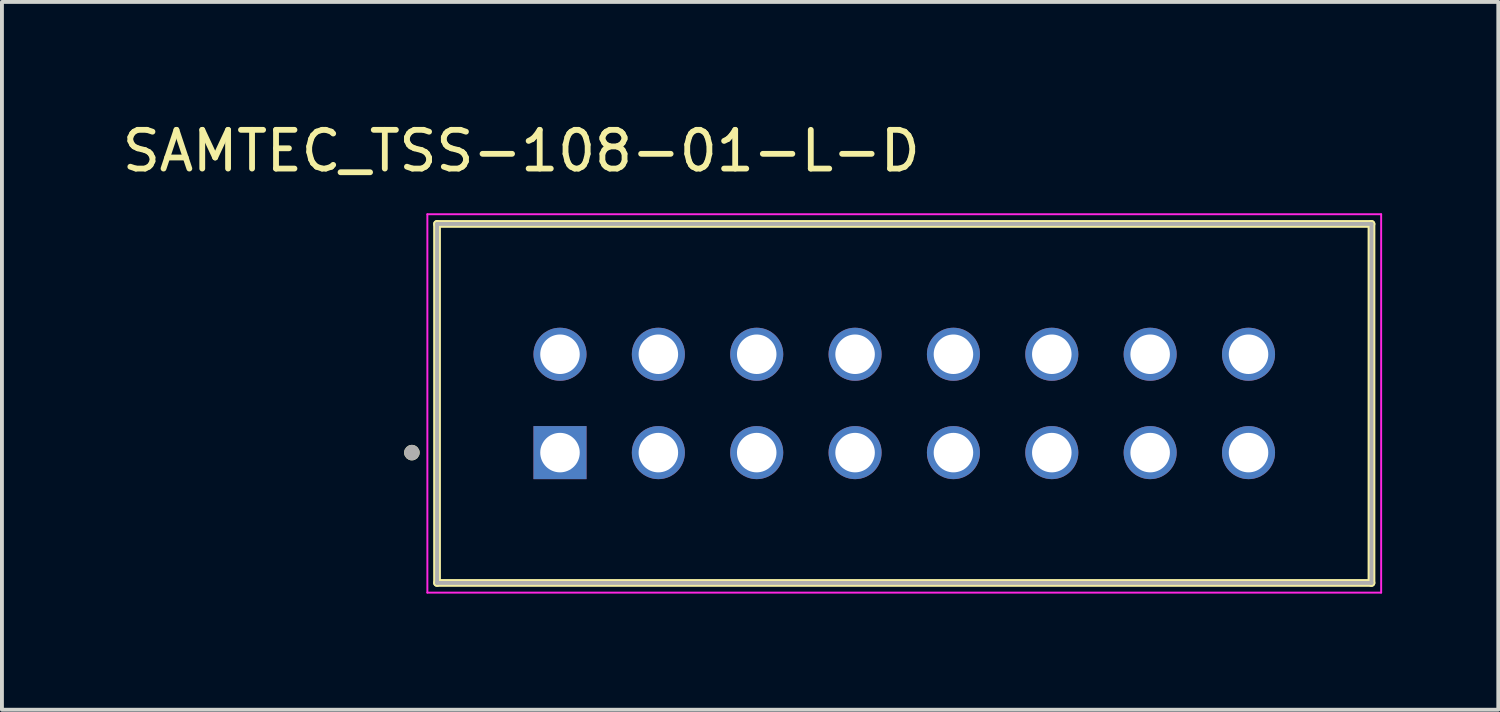
<source format=kicad_pcb>
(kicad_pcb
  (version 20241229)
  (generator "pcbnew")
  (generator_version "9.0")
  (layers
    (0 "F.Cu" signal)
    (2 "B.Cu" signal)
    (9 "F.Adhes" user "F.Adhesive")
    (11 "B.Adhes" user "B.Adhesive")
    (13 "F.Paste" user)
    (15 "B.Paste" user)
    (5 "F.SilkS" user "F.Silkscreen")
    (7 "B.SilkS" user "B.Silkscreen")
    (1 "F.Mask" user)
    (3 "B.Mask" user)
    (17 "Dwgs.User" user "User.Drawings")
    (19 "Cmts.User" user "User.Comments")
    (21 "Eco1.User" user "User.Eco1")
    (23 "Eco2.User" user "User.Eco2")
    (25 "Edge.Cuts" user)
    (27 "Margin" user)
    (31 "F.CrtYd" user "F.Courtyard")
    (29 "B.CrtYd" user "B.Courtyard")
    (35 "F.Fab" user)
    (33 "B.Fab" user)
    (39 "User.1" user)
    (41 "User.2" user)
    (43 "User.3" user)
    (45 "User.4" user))
  (footprint "SAMTEC_TSS-108-01-L-D"
    (layer "F.Cu")
    (at 11.411 8.638)
    (property "Reference" "SAMTEC_TSS-108-01-L-D" (at -1 -7.79 0) (layer "F.SilkS") (effects (font (size 1 1) (thickness 0.15))))
    (attr through_hole)
    (fp_line (start -3.175 3.365) (end -3.175 -5.905) (stroke (width 0.2) (type solid)) (layer "F.SilkS"))
    (fp_line (start 20.955 -5.905) (end -3.175 -5.905) (stroke (width 0.2) (type solid)) (layer "F.SilkS"))
    (fp_line (start 20.955 -5.905) (end 20.955 3.365) (stroke (width 0.2) (type solid)) (layer "F.SilkS"))
    (fp_line (start 20.955 3.365) (end -3.175 3.365) (stroke (width 0.2) (type solid)) (layer "F.SilkS"))
    (fp_circle (center -3.825 0) (end -3.725 0) (stroke (width 0.2) (type solid)) (fill no) (layer "F.SilkS"))
    (fp_line (start -3.425 -6.155) (end 21.205 -6.155) (stroke (width 0.05) (type solid)) (layer "F.CrtYd"))
    (fp_line (start -3.425 3.615) (end -3.425 -6.155) (stroke (width 0.05) (type solid)) (layer "F.CrtYd"))
    (fp_line (start 21.205 -6.155) (end 21.205 3.615) (stroke (width 0.05) (type solid)) (layer "F.CrtYd"))
    (fp_line (start 21.205 3.615) (end -3.425 3.615) (stroke (width 0.05) (type solid)) (layer "F.CrtYd"))
    (fp_line (start -3.175 -5.905) (end 20.955 -5.905) (stroke (width 0.1) (type solid)) (layer "F.Fab"))
    (fp_line (start -3.175 3.365) (end -3.175 -5.905) (stroke (width 0.1) (type solid)) (layer "F.Fab"))
    (fp_line (start 20.955 -5.905) (end 20.955 3.365) (stroke (width 0.1) (type solid)) (layer "F.Fab"))
    (fp_line (start 20.955 3.365) (end -3.175 3.365) (stroke (width 0.1) (type solid)) (layer "F.Fab"))
    (fp_circle (center -3.825 0) (end -3.725 0) (stroke (width 0.2) (type solid)) (fill no) (layer "F.Fab"))
    (pad "01" thru_hole rect (at 0 0) (size 1.37 1.37) (drill 1.02) (layers "*.Cu" "*.Mask"))
    (pad "02" thru_hole circle (at 0 -2.54) (size 1.37 1.37) (drill 1.02) (layers "*.Cu" "*.Mask"))
    (pad "03" thru_hole circle (at 2.54 0) (size 1.37 1.37) (drill 1.02) (layers "*.Cu" "*.Mask"))
    (pad "04" thru_hole circle (at 2.54 -2.54) (size 1.37 1.37) (drill 1.02) (layers "*.Cu" "*.Mask"))
    (pad "05" thru_hole circle (at 5.08 0) (size 1.37 1.37) (drill 1.02) (layers "*.Cu" "*.Mask"))
    (pad "06" thru_hole circle (at 5.08 -2.54) (size 1.37 1.37) (drill 1.02) (layers "*.Cu" "*.Mask"))
    (pad "07" thru_hole circle (at 7.62 0) (size 1.37 1.37) (drill 1.02) (layers "*.Cu" "*.Mask"))
    (pad "08" thru_hole circle (at 7.62 -2.54) (size 1.37 1.37) (drill 1.02) (layers "*.Cu" "*.Mask"))
    (pad "09" thru_hole circle (at 10.16 0) (size 1.37 1.37) (drill 1.02) (layers "*.Cu" "*.Mask"))
    (pad "10" thru_hole circle (at 10.16 -2.54) (size 1.37 1.37) (drill 1.02) (layers "*.Cu" "*.Mask"))
    (pad "11" thru_hole circle (at 12.7 0) (size 1.37 1.37) (drill 1.02) (layers "*.Cu" "*.Mask"))
    (pad "12" thru_hole circle (at 12.7 -2.54) (size 1.37 1.37) (drill 1.02) (layers "*.Cu" "*.Mask"))
    (pad "13" thru_hole circle (at 15.24 0) (size 1.37 1.37) (drill 1.02) (layers "*.Cu" "*.Mask"))
    (pad "14" thru_hole circle (at 15.24 -2.54) (size 1.37 1.37) (drill 1.02) (layers "*.Cu" "*.Mask"))
    (pad "15" thru_hole circle (at 17.78 0) (size 1.37 1.37) (drill 1.02) (layers "*.Cu" "*.Mask"))
    (pad "16" thru_hole circle (at 17.78 -2.54) (size 1.37 1.37) (drill 1.02) (layers "*.Cu" "*.Mask")))
  (gr_rect
    (start -3 -3)
    (end 35.641 15.278)
    (stroke (width 0.1) (type default))
    (fill no)
    (layer "Edge.Cuts")))
</source>
